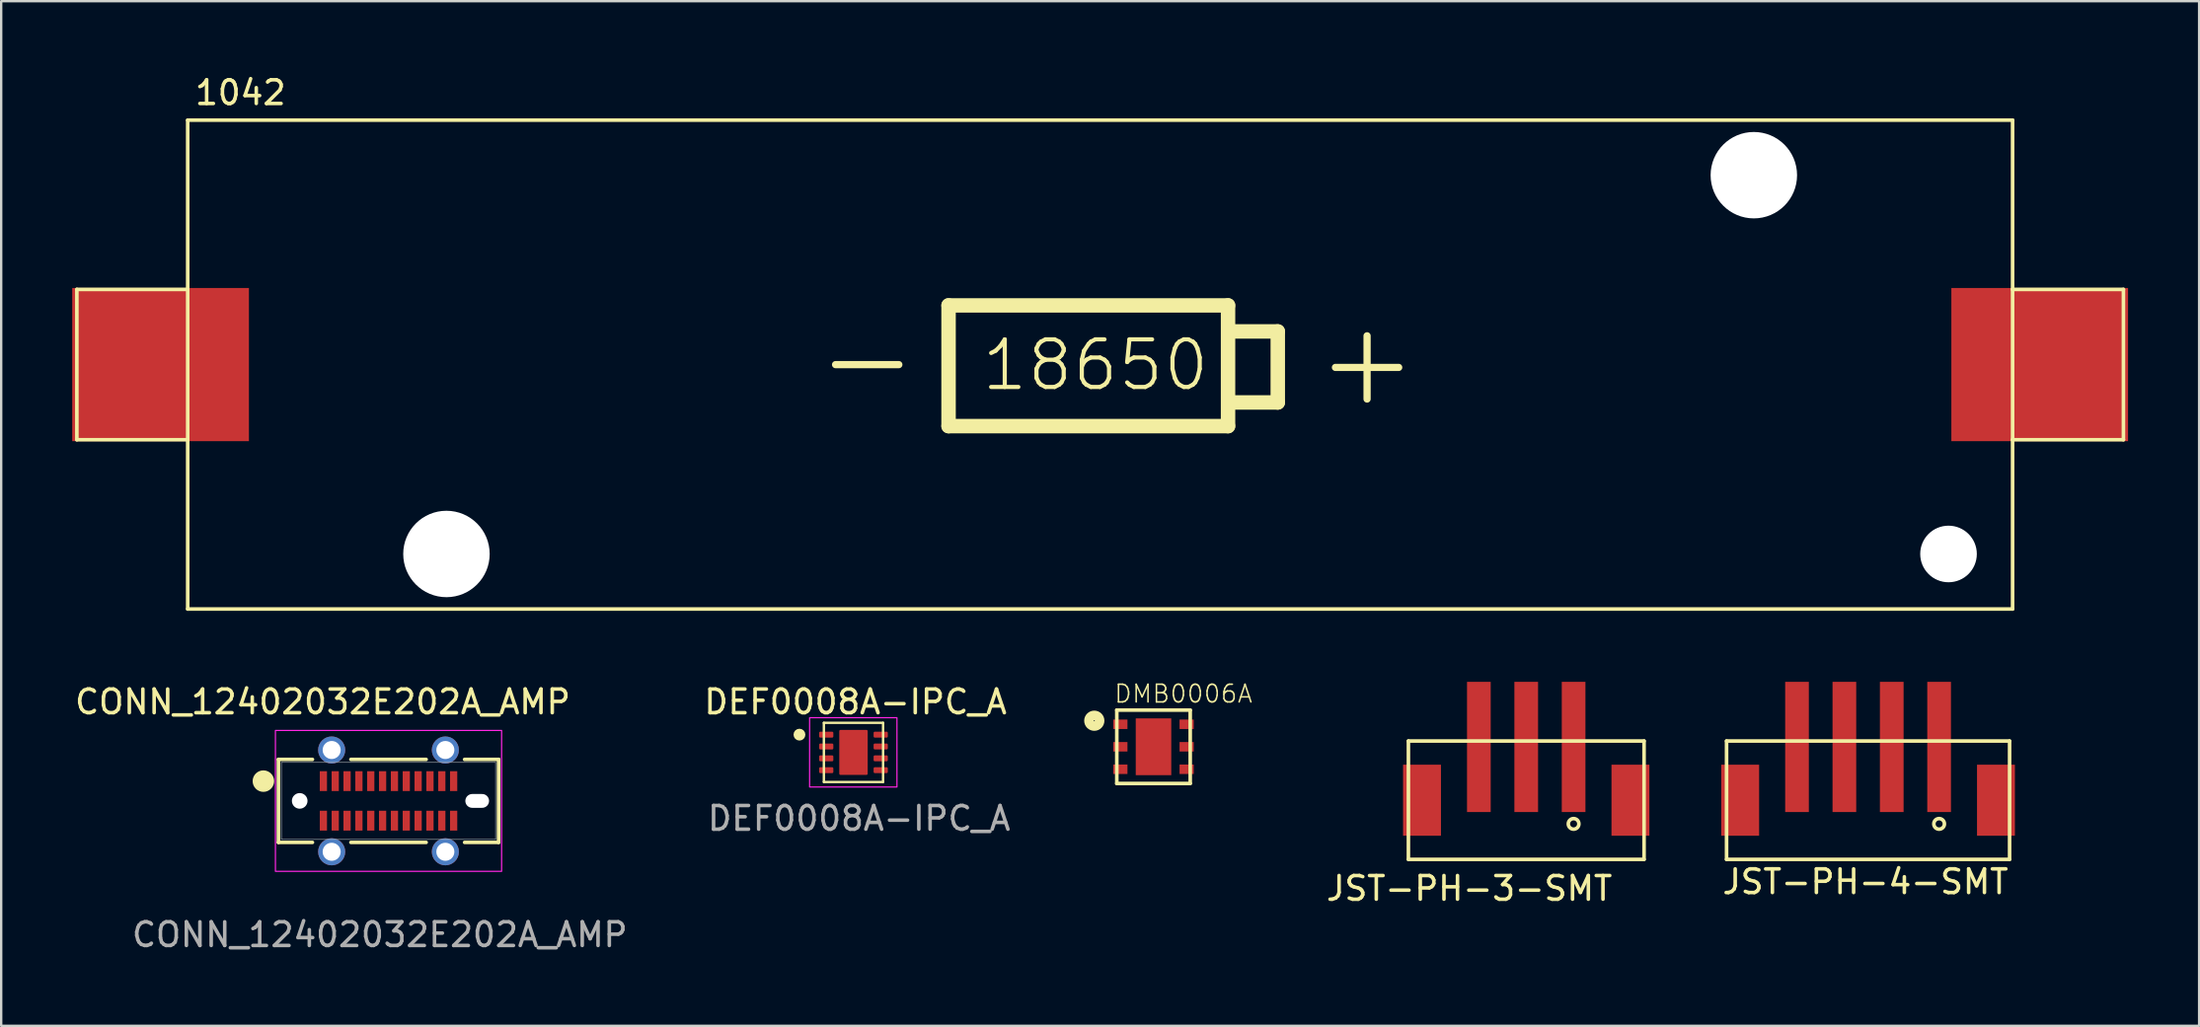
<source format=kicad_pcb>
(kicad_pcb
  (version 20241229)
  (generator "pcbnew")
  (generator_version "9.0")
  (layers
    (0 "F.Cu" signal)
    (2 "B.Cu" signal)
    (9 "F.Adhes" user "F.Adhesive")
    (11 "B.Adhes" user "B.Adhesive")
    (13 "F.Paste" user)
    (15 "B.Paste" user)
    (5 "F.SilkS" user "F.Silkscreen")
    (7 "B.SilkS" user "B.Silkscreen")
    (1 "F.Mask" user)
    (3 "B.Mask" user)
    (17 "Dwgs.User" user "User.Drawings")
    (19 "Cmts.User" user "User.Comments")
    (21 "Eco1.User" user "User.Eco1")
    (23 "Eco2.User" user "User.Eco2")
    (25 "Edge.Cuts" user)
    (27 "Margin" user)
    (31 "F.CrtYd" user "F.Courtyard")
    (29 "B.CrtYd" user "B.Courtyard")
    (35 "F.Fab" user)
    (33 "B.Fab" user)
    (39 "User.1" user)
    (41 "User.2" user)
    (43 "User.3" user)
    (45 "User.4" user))
  (footprint "JST-PH-3-SMT"
    (layer "F.Cu")
    (at 60.39 33.251)
    (property "Reference" "JST-PH-3-SMT" (at -1.402 1.226 0) (unlocked yes) (layer "F.SilkS") (effects (font (size 1 1) (thickness 0.15))))
    (fp_line (start -3.975 -5) (end -3.975 0) (stroke (width 0.152) (type solid)) (layer "F.SilkS"))
    (fp_line (start -3.975 0) (end 5.975 0) (stroke (width 0.152) (type solid)) (layer "F.SilkS"))
    (fp_line (start 5.975 -5) (end -3.975 -5) (stroke (width 0.152) (type solid)) (layer "F.SilkS"))
    (fp_line (start 5.975 0) (end 5.975 -5) (stroke (width 0.152) (type solid)) (layer "F.SilkS"))
    (fp_circle (center 3 -1.5) (end 3.224 -1.5) (stroke (width 0.152) (type solid)) (fill no) (layer "F.SilkS"))
    (pad "" smd rect (at -3.4 -2.5 90) (size 3 1.6) (layers "F.Cu" "F.Mask" "F.Paste"))
    (pad "" smd rect (at 5.4 -2.5 90) (size 3 1.6) (layers "F.Cu" "F.Mask" "F.Paste"))
    (pad "1" smd rect (at 3 -4.75 90) (size 5.5 1) (layers "F.Cu" "F.Mask" "F.Paste"))
    (pad "2" smd rect (at 1 -4.75 90) (size 5.5 1) (layers "F.Cu" "F.Mask" "F.Paste"))
    (pad "3" smd rect (at -1 -4.75 90) (size 5.5 1) (layers "F.Cu" "F.Mask" "F.Paste")))
  (footprint "DEF0008A-IPC_A"
    (layer "F.Cu")
    (at 32.985 28.732)
    (property "Reference" "DEF0008A-IPC_A" (at 0.085 -2.133 0) (unlocked yes) (layer "F.SilkS") (effects (font (size 1 1) (thickness 0.15))))
    (attr smd)
    (fp_line (start -1.25 -1.25) (end 1.25 -1.25) (stroke (width 0.1) (type solid)) (layer "F.SilkS"))
    (fp_line (start -1.25 1.25) (end -1.25 -1.25) (stroke (width 0.1) (type solid)) (layer "F.SilkS"))
    (fp_line (start -1.25 1.25) (end 1.25 1.25) (stroke (width 0.1) (type solid)) (layer "F.SilkS"))
    (fp_line (start 1.25 1.25) (end 1.25 -1.25) (stroke (width 0.1) (type solid)) (layer "F.SilkS"))
    (fp_circle (center -2.281 -0.75) (end -2.156 -0.75) (stroke (width 0.25) (type solid)) (fill no) (layer "F.SilkS"))
    (fp_poly (pts (xy -0.364 0.714) (xy 0.364 0.714) (xy 0.364 -0.714) (xy -0.364 -0.714)) (stroke (width 0) (type solid)) (fill yes) (layer "F.Paste"))
    (fp_rect (start -1.852 -1.466) (end 1.836 1.462) (stroke (width 0.05) (type solid)) (fill no) (layer "F.CrtYd"))
    (fp_text user "${REFERENCE}" (at 0.236 2.787 0) (unlocked yes) (layer "F.Fab") (effects (font (size 1 1) (thickness 0.15))))
    (pad "1" smd roundrect (at -1.15 -0.75) (size 0.6 0.25) (layers "F.Cu" "F.Mask" "F.Paste") (roundrect_rratio 0.2))
    (pad "2" smd roundrect (at -1.15 -0.25) (size 0.6 0.25) (layers "F.Cu" "F.Mask" "F.Paste") (roundrect_rratio 0.2))
    (pad "3" smd roundrect (at -1.15 0.25) (size 0.6 0.25) (layers "F.Cu" "F.Mask" "F.Paste") (roundrect_rratio 0.2))
    (pad "4" smd roundrect (at -1.15 0.75) (size 0.6 0.25) (layers "F.Cu" "F.Mask" "F.Paste") (roundrect_rratio 0.2))
    (pad "5" smd roundrect (at 1.15 0.75) (size 0.6 0.25) (layers "F.Cu" "F.Mask" "F.Paste") (roundrect_rratio 0.2))
    (pad "6" smd roundrect (at 1.15 0.25) (size 0.6 0.25) (layers "F.Cu" "F.Mask" "F.Paste") (roundrect_rratio 0.2))
    (pad "7" smd roundrect (at 1.15 -0.25) (size 0.6 0.25) (layers "F.Cu" "F.Mask" "F.Paste") (roundrect_rratio 0.2))
    (pad "8" smd roundrect (at 1.15 -0.75) (size 0.6 0.25) (layers "F.Cu" "F.Mask" "F.Paste") (roundrect_rratio 0.2))
    (pad "9" smd roundrect (at 0 0) (size 1.2 1.9) (layers "F.Cu" "F.Mask") (roundrect_rratio 0.042)))
  (footprint "1042"
    (layer "F.Cu")
    (at 43.4 12.35)
    (property "Reference" "1042" (at -38.3 -10.9 0) (unlocked yes) (layer "F.SilkS") (effects (font (size 1 1) (thickness 0.15)) (justify left bottom)))
    (fp_line (start -43.205 -3.175) (end -43.205 3.175) (stroke (width 0.152) (type solid)) (layer "F.SilkS"))
    (fp_line (start -43.205 3.175) (end -38.525 3.175) (stroke (width 0.152) (type solid)) (layer "F.SilkS"))
    (fp_line (start -38.525 -10.325) (end -38.525 -3.175) (stroke (width 0.152) (type solid)) (layer "F.SilkS"))
    (fp_line (start -38.525 -3.175) (end -43.205 -3.175) (stroke (width 0.152) (type solid)) (layer "F.SilkS"))
    (fp_line (start -38.525 -3.175) (end -38.525 3.175) (stroke (width 0.152) (type solid)) (layer "F.SilkS"))
    (fp_line (start -38.525 3.175) (end -38.525 10.325) (stroke (width 0.152) (type solid)) (layer "F.SilkS"))
    (fp_line (start -38.525 10.325) (end 38.525 10.325) (stroke (width 0.152) (type solid)) (layer "F.SilkS"))
    (fp_line (start -6.4 -2.5) (end 5.4 -2.5) (stroke (width 0.61) (type solid)) (layer "F.SilkS"))
    (fp_line (start -6.4 2.6) (end -6.4 -2.5) (stroke (width 0.61) (type solid)) (layer "F.SilkS"))
    (fp_line (start 5.4 -2.5) (end 5.4 2.6) (stroke (width 0.61) (type solid)) (layer "F.SilkS"))
    (fp_line (start 5.4 2.6) (end -6.4 2.6) (stroke (width 0.61) (type solid)) (layer "F.SilkS"))
    (fp_line (start 5.5 -1.4) (end 7.5 -1.4) (stroke (width 0.61) (type solid)) (layer "F.SilkS"))
    (fp_line (start 7.5 -1.4) (end 7.5 1.6) (stroke (width 0.61) (type solid)) (layer "F.SilkS"))
    (fp_line (start 7.5 1.6) (end 5.5 1.6) (stroke (width 0.61) (type solid)) (layer "F.SilkS"))
    (fp_line (start 38.525 -10.325) (end -38.525 -10.325) (stroke (width 0.152) (type solid)) (layer "F.SilkS"))
    (fp_line (start 38.525 -3.175) (end 38.525 -10.325) (stroke (width 0.152) (type solid)) (layer "F.SilkS"))
    (fp_line (start 38.525 -3.175) (end 43.205 -3.175) (stroke (width 0.152) (type solid)) (layer "F.SilkS"))
    (fp_line (start 38.525 3.175) (end 38.525 -3.175) (stroke (width 0.152) (type solid)) (layer "F.SilkS"))
    (fp_line (start 38.525 10.325) (end 38.525 3.175) (stroke (width 0.152) (type solid)) (layer "F.SilkS"))
    (fp_line (start 43.205 -3.175) (end 43.205 3.175) (stroke (width 0.152) (type solid)) (layer "F.SilkS"))
    (fp_line (start 43.205 3.175) (end 38.525 3.175) (stroke (width 0.152) (type solid)) (layer "F.SilkS"))
    (fp_text user "-" (at -12.206 1.782 0) (layer "F.SilkS") (effects (font (size 3.505 3.505) (thickness 0.305)) (justify left bottom)))
    (fp_text user "+" (at 8.9 1.9 0) (layer "F.SilkS") (effects (font (size 3.505 3.505) (thickness 0.305)) (justify left bottom)))
    (fp_text user "18650" (at -5.1 1.2 0) (layer "F.SilkS") (effects (font (size 2.01 2.01) (thickness 0.175)) (justify left bottom)))
    (pad "" np_thru_hole circle (at -27.6 8) (size 3.65 3.65) (drill 3.65) (layers "*.Cu" "*.Mask"))
    (pad "" np_thru_hole circle (at 27.6 -8) (size 3.65 3.65) (drill 3.65) (layers "*.Cu" "*.Mask"))
    (pad "" np_thru_hole circle (at 35.82 8) (size 2.39 2.39) (drill 2.39) (layers "*.Cu" "*.Mask"))
    (pad "+" smd rect (at 39.67 0) (size 7.46 6.47) (layers "F.Cu" "F.Mask" "F.Paste"))
    (pad "-" smd rect (at -39.67 0) (size 7.46 6.47) (layers "F.Cu" "F.Mask" "F.Paste")))
  (footprint "CONN_12402032E202A_AMP"
    (layer "F.Cu")
    (at 13.354 30.78)
    (property "Reference" "CONN_12402032E202A_AMP" (at -2.777 -4.181 0) (unlocked yes) (layer "F.SilkS") (effects (font (size 1 1) (thickness 0.15))))
    (attr smd)
    (fp_line (start -4.648 -1.753) (end -4.648 1.753) (stroke (width 0.152) (type solid)) (layer "F.SilkS"))
    (fp_line (start -4.648 1.753) (end -3.212 1.753) (stroke (width 0.152) (type solid)) (layer "F.SilkS"))
    (fp_line (start -3.212 -1.753) (end -4.648 -1.753) (stroke (width 0.152) (type solid)) (layer "F.SilkS"))
    (fp_line (start -1.588 1.753) (end 1.588 1.753) (stroke (width 0.152) (type solid)) (layer "F.SilkS"))
    (fp_line (start 1.588 -1.753) (end -1.588 -1.753) (stroke (width 0.152) (type solid)) (layer "F.SilkS"))
    (fp_line (start 3.212 1.753) (end 4.648 1.753) (stroke (width 0.152) (type solid)) (layer "F.SilkS"))
    (fp_line (start 4.648 -1.753) (end 3.212 -1.753) (stroke (width 0.152) (type solid)) (layer "F.SilkS"))
    (fp_line (start 4.648 1.753) (end 4.648 -1.753) (stroke (width 0.152) (type solid)) (layer "F.SilkS"))
    (fp_circle (center -5.283 -0.835) (end -5.083 -0.835) (stroke (width 0.508) (type solid)) (fill yes) (layer "F.SilkS"))
    (fp_rect (start -4.775 -2.976) (end 4.775 2.976) (stroke (width 0.05) (type default)) (fill no) (layer "F.CrtYd"))
    (fp_line (start -4.521 -1.626) (end -4.521 1.626) (stroke (width 0.025) (type solid)) (layer "F.Fab"))
    (fp_line (start -4.521 1.626) (end 4.521 1.626) (stroke (width 0.025) (type solid)) (layer "F.Fab"))
    (fp_line (start 4.521 -1.626) (end -4.521 -1.626) (stroke (width 0.025) (type solid)) (layer "F.Fab"))
    (fp_line (start 4.521 1.626) (end 4.521 -1.626) (stroke (width 0.025) (type solid)) (layer "F.Fab"))
    (fp_text user "${REFERENCE}" (at -0.368 5.652 0) (unlocked yes) (layer "F.Fab") (effects (font (size 1 1) (thickness 0.15))))
    (pad "" np_thru_hole circle (at -3.75 0) (size 0.66 0.66) (drill 0.66) (layers "*.Cu" "*.Mask"))
    (pad "" np_thru_hole oval (at 3.744 0.001) (size 1 0.584) (drill oval 1 0.584) (layers "*.Cu" "*.Mask"))
    (pad "A1" smd rect (at -2.75 -0.835) (size 0.305 0.838) (layers "F.Cu" "F.Mask" "F.Paste"))
    (pad "A2" smd rect (at -2.25 -0.835) (size 0.305 0.838) (layers "F.Cu" "F.Mask" "F.Paste"))
    (pad "A3" smd rect (at -1.75 -0.835) (size 0.305 0.838) (layers "F.Cu" "F.Mask" "F.Paste"))
    (pad "A4" smd rect (at -1.25 -0.835) (size 0.305 0.838) (layers "F.Cu" "F.Mask" "F.Paste"))
    (pad "A5" smd rect (at -0.75 -0.835) (size 0.305 0.838) (layers "F.Cu" "F.Mask" "F.Paste"))
    (pad "A6" smd rect (at -0.25 -0.835) (size 0.305 0.838) (layers "F.Cu" "F.Mask" "F.Paste"))
    (pad "A7" smd rect (at 0.25 -0.835) (size 0.305 0.838) (layers "F.Cu" "F.Mask" "F.Paste"))
    (pad "A8" smd rect (at 0.75 -0.835) (size 0.305 0.838) (layers "F.Cu" "F.Mask" "F.Paste"))
    (pad "A9" smd rect (at 1.25 -0.835) (size 0.305 0.838) (layers "F.Cu" "F.Mask" "F.Paste"))
    (pad "A10" smd rect (at 1.75 -0.835) (size 0.305 0.838) (layers "F.Cu" "F.Mask" "F.Paste"))
    (pad "A11" smd rect (at 2.25 -0.835) (size 0.305 0.838) (layers "F.Cu" "F.Mask" "F.Paste"))
    (pad "A12" smd rect (at 2.75 -0.835) (size 0.305 0.838) (layers "F.Cu" "F.Mask" "F.Paste"))
    (pad "B1" smd rect (at 2.75 0.835) (size 0.305 0.838) (layers "F.Cu" "F.Mask" "F.Paste"))
    (pad "B2" smd rect (at 2.25 0.835) (size 0.305 0.838) (layers "F.Cu" "F.Mask" "F.Paste"))
    (pad "B3" smd rect (at 1.75 0.835) (size 0.305 0.838) (layers "F.Cu" "F.Mask" "F.Paste"))
    (pad "B4" smd rect (at 1.25 0.835) (size 0.305 0.838) (layers "F.Cu" "F.Mask" "F.Paste"))
    (pad "B5" smd rect (at 0.75 0.835) (size 0.305 0.838) (layers "F.Cu" "F.Mask" "F.Paste"))
    (pad "B6" smd rect (at 0.25 0.835) (size 0.305 0.838) (layers "F.Cu" "F.Mask" "F.Paste"))
    (pad "B7" smd rect (at -0.25 0.835) (size 0.305 0.838) (layers "F.Cu" "F.Mask" "F.Paste"))
    (pad "B8" smd rect (at -0.75 0.835) (size 0.305 0.838) (layers "F.Cu" "F.Mask" "F.Paste"))
    (pad "B9" smd rect (at -1.25 0.835) (size 0.305 0.838) (layers "F.Cu" "F.Mask" "F.Paste"))
    (pad "B10" smd rect (at -1.75 0.835) (size 0.305 0.838) (layers "F.Cu" "F.Mask" "F.Paste"))
    (pad "B11" smd rect (at -2.25 0.835) (size 0.305 0.838) (layers "F.Cu" "F.Mask" "F.Paste"))
    (pad "B12" smd rect (at -2.75 0.835) (size 0.305 0.838) (layers "F.Cu" "F.Mask" "F.Paste"))
    (pad "S1" thru_hole circle (at -2.4 -2.15) (size 1.143 1.143) (drill 0.762) (layers "*.Cu" "*.Mask"))
    (pad "S1" thru_hole circle (at -2.4 2.15) (size 1.143 1.143) (drill 0.762) (layers "*.Cu" "*.Mask"))
    (pad "S1" thru_hole circle (at 2.4 -2.15) (size 1.143 1.143) (drill 0.762) (layers "*.Cu" "*.Mask"))
    (pad "S1" thru_hole circle (at 2.4 2.15) (size 1.143 1.143) (drill 0.762) (layers "*.Cu" "*.Mask")))
  (footprint "DMB0006A"
    (layer "F.Cu")
    (at 45.653 28.494)
    (property "Reference" "DMB0006A" (at -1.7 -1.8 0) (unlocked yes) (layer "F.SilkS") (effects (font (size 0.748 0.748) (thickness 0.065)) (justify left bottom)))
    (fp_line (start -1.55 -1.55) (end 1.55 -1.55) (stroke (width 0.152) (type solid)) (layer "F.SilkS"))
    (fp_line (start -1.55 1.55) (end -1.55 -1.55) (stroke (width 0.152) (type solid)) (layer "F.SilkS"))
    (fp_line (start 1.55 -1.55) (end 1.55 1.55) (stroke (width 0.152) (type solid)) (layer "F.SilkS"))
    (fp_line (start 1.55 1.55) (end -1.55 1.55) (stroke (width 0.152) (type solid)) (layer "F.SilkS"))
    (fp_circle (center -2.5 -1.1) (end -2.276 -1.1) (stroke (width 0.406) (type solid)) (fill no) (layer "F.SilkS"))
    (pad "1" smd rect (at -1.4 -0.95 90) (size 0.4 0.6) (layers "F.Cu" "F.Mask" "F.Paste"))
    (pad "2" smd rect (at -1.4 0 90) (size 0.4 0.6) (layers "F.Cu" "F.Mask" "F.Paste"))
    (pad "3" smd rect (at -1.4 0.95 90) (size 0.4 0.6) (layers "F.Cu" "F.Mask" "F.Paste"))
    (pad "4" smd rect (at 1.4 0.95 90) (size 0.4 0.6) (layers "F.Cu" "F.Mask" "F.Paste"))
    (pad "5" smd rect (at 1.4 0 90) (size 0.4 0.6) (layers "F.Cu" "F.Mask" "F.Paste"))
    (pad "6" smd rect (at 1.4 -0.95 90) (size 0.4 0.6) (layers "F.Cu" "F.Mask" "F.Paste"))
    (pad "7" smd rect (at 0 0) (size 1.5 2.4) (layers "F.Cu" "F.Mask" "F.Paste")))
  (footprint "JST-PH-4-SMT"
    (layer "F.Cu")
    (at 75.823 33.251)
    (property "Reference" "JST-PH-4-SMT" (at -6.233 1.53 0) (unlocked yes) (layer "F.SilkS") (effects (font (size 1 1) (thickness 0.15)) (justify left bottom)))
    (fp_line (start -5.975 -5) (end -5.975 0) (stroke (width 0.152) (type solid)) (layer "F.SilkS"))
    (fp_line (start -5.975 0) (end 5.975 0) (stroke (width 0.152) (type solid)) (layer "F.SilkS"))
    (fp_line (start 5.975 -5) (end -5.975 -5) (stroke (width 0.152) (type solid)) (layer "F.SilkS"))
    (fp_line (start 5.975 0) (end 5.975 -5) (stroke (width 0.152) (type solid)) (layer "F.SilkS"))
    (fp_circle (center 3 -1.5) (end 3.224 -1.5) (stroke (width 0.152) (type solid)) (fill no) (layer "F.SilkS"))
    (pad "" smd rect (at -5.4 -2.5 90) (size 3 1.6) (layers "F.Cu" "F.Mask" "F.Paste"))
    (pad "" smd rect (at 5.4 -2.5 90) (size 3 1.6) (layers "F.Cu" "F.Mask" "F.Paste"))
    (pad "1" smd rect (at 3 -4.75 90) (size 5.5 1) (layers "F.Cu" "F.Mask" "F.Paste"))
    (pad "2" smd rect (at 1 -4.75 90) (size 5.5 1) (layers "F.Cu" "F.Mask" "F.Paste"))
    (pad "3" smd rect (at -1 -4.75 90) (size 5.5 1) (layers "F.Cu" "F.Mask" "F.Paste"))
    (pad "4" smd rect (at -3 -4.75 90) (size 5.5 1) (layers "F.Cu" "F.Mask" "F.Paste")))
  (gr_rect
    (start -3 -3)
    (end 89.8 40.281)
    (stroke (width 0.1) (type default))
    (fill no)
    (layer "Edge.Cuts")))
</source>
